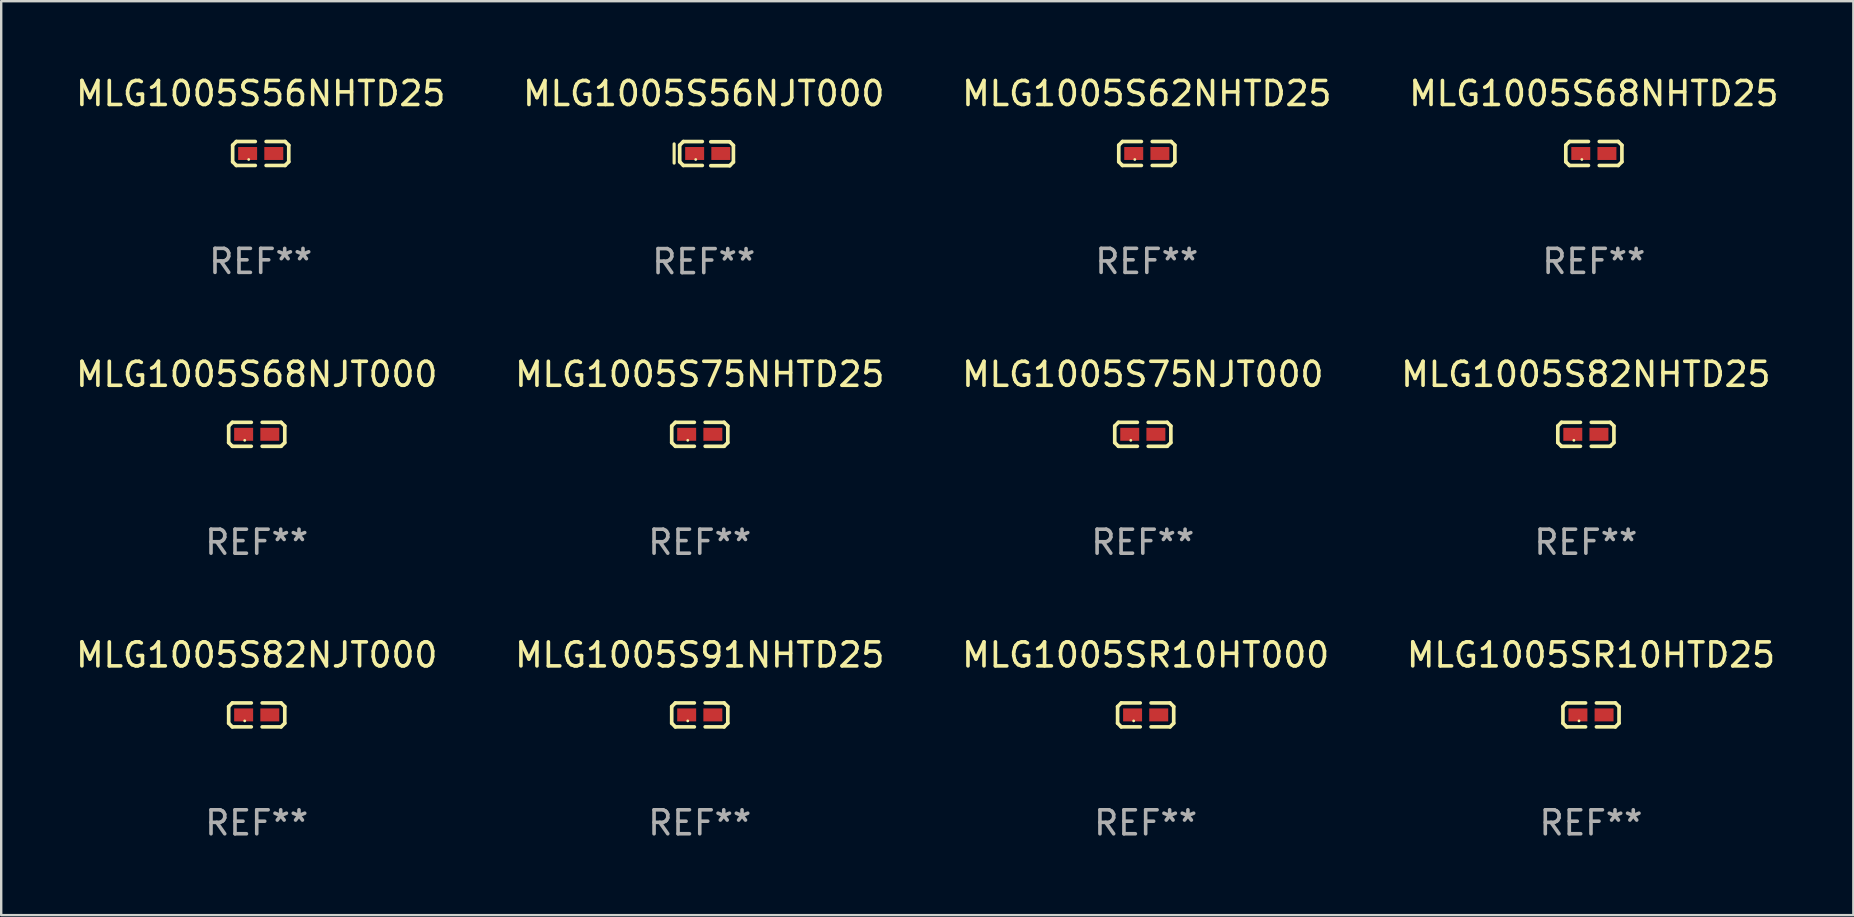
<source format=kicad_pcb>
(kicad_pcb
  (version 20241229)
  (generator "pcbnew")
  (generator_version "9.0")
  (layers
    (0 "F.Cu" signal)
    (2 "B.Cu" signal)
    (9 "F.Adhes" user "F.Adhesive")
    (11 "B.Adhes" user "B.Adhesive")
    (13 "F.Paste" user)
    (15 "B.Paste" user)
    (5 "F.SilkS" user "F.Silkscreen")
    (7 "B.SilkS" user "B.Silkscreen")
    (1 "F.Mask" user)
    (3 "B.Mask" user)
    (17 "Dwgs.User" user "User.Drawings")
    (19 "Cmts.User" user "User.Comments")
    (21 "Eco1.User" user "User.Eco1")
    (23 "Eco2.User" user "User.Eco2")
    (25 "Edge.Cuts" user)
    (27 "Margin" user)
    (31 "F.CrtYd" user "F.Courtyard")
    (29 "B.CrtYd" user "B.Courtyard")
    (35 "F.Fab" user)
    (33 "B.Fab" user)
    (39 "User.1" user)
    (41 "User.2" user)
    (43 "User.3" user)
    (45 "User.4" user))
  (footprint "MLG1005S75NHTD25"
    (layer "F.Cu")
    (at 26.113 15.05)
    (property "Reference" "MLG1005S75NHTD25" (at 0 -2.499 0) (layer "F.SilkS") (effects (font (size 1 1) (thickness 0.15))))
    (attr through_hole)
    (fp_line (start -1.169 -0.346) (end -1.016 -0.499) (stroke (width 0.152) (type solid)) (layer "F.SilkS"))
    (fp_line (start -1.169 0.346) (end -1.169 -0.346) (stroke (width 0.152) (type solid)) (layer "F.SilkS"))
    (fp_line (start -1.016 -0.499) (end -0.226 -0.499) (stroke (width 0.152) (type solid)) (layer "F.SilkS"))
    (fp_line (start -1.016 0.499) (end -1.169 0.346) (stroke (width 0.152) (type solid)) (layer "F.SilkS"))
    (fp_line (start -0.226 0.499) (end -1.016 0.499) (stroke (width 0.152) (type solid)) (layer "F.SilkS"))
    (fp_line (start 0.226 0.499) (end 1.016 0.499) (stroke (width 0.152) (type solid)) (layer "F.SilkS"))
    (fp_line (start 1.016 -0.499) (end 0.226 -0.499) (stroke (width 0.152) (type solid)) (layer "F.SilkS"))
    (fp_line (start 1.016 0.499) (end 1.169 0.346) (stroke (width 0.152) (type solid)) (layer "F.SilkS"))
    (fp_line (start 1.169 -0.346) (end 1.016 -0.499) (stroke (width 0.152) (type solid)) (layer "F.SilkS"))
    (fp_line (start 1.169 0.346) (end 1.169 -0.346) (stroke (width 0.152) (type solid)) (layer "F.SilkS"))
    (fp_circle (center -0.5 0.25) (end -0.47 0.25) (stroke (width 0.06) (type solid)) (fill no) (layer "F.SilkS"))
    (fp_text user "REF**" (at 0 4.499 0) (layer "F.Fab") (effects (font (size 1 1) (thickness 0.15))))
    (pad "1" smd rect (at -0.545 0) (size 0.79 0.54) (layers "F.Cu" "F.Mask" "F.Paste"))
    (pad "2" smd rect (at 0.545 0) (size 0.79 0.54) (layers "F.Cu" "F.Mask" "F.Paste")))
  (footprint "MLG1005S56NHTD25"
    (layer "F.Cu")
    (at 7.815 3.347)
    (property "Reference" "MLG1005S56NHTD25" (at 0 -2.499 0) (layer "F.SilkS") (effects (font (size 1 1) (thickness 0.15))))
    (attr through_hole)
    (fp_line (start -1.169 -0.346) (end -1.016 -0.499) (stroke (width 0.152) (type solid)) (layer "F.SilkS"))
    (fp_line (start -1.169 0.346) (end -1.169 -0.346) (stroke (width 0.152) (type solid)) (layer "F.SilkS"))
    (fp_line (start -1.016 -0.499) (end -0.226 -0.499) (stroke (width 0.152) (type solid)) (layer "F.SilkS"))
    (fp_line (start -1.016 0.499) (end -1.169 0.346) (stroke (width 0.152) (type solid)) (layer "F.SilkS"))
    (fp_line (start -0.226 0.499) (end -1.016 0.499) (stroke (width 0.152) (type solid)) (layer "F.SilkS"))
    (fp_line (start 0.226 0.499) (end 1.016 0.499) (stroke (width 0.152) (type solid)) (layer "F.SilkS"))
    (fp_line (start 1.016 -0.499) (end 0.226 -0.499) (stroke (width 0.152) (type solid)) (layer "F.SilkS"))
    (fp_line (start 1.016 0.499) (end 1.169 0.346) (stroke (width 0.152) (type solid)) (layer "F.SilkS"))
    (fp_line (start 1.169 -0.346) (end 1.016 -0.499) (stroke (width 0.152) (type solid)) (layer "F.SilkS"))
    (fp_line (start 1.169 0.346) (end 1.169 -0.346) (stroke (width 0.152) (type solid)) (layer "F.SilkS"))
    (fp_circle (center -0.5 0.25) (end -0.47 0.25) (stroke (width 0.06) (type solid)) (fill no) (layer "F.SilkS"))
    (fp_text user "REF**" (at 0 4.499 0) (layer "F.Fab") (effects (font (size 1 1) (thickness 0.15))))
    (pad "1" smd rect (at -0.545 0) (size 0.79 0.54) (layers "F.Cu" "F.Mask" "F.Paste"))
    (pad "2" smd rect (at 0.545 0) (size 0.79 0.54) (layers "F.Cu" "F.Mask" "F.Paste")))
  (footprint "MLG1005S82NJT000"
    (layer "F.Cu")
    (at 7.649 26.744)
    (property "Reference" "MLG1005S82NJT000" (at 0 -2.499 0) (layer "F.SilkS") (effects (font (size 1 1) (thickness 0.15))))
    (attr through_hole)
    (fp_line (start -1.169 -0.346) (end -1.016 -0.499) (stroke (width 0.152) (type solid)) (layer "F.SilkS"))
    (fp_line (start -1.169 0.346) (end -1.169 -0.346) (stroke (width 0.152) (type solid)) (layer "F.SilkS"))
    (fp_line (start -1.016 -0.499) (end -0.226 -0.499) (stroke (width 0.152) (type solid)) (layer "F.SilkS"))
    (fp_line (start -1.016 0.499) (end -1.169 0.346) (stroke (width 0.152) (type solid)) (layer "F.SilkS"))
    (fp_line (start -0.226 0.499) (end -1.016 0.499) (stroke (width 0.152) (type solid)) (layer "F.SilkS"))
    (fp_line (start 0.226 0.499) (end 1.016 0.499) (stroke (width 0.152) (type solid)) (layer "F.SilkS"))
    (fp_line (start 1.016 -0.499) (end 0.226 -0.499) (stroke (width 0.152) (type solid)) (layer "F.SilkS"))
    (fp_line (start 1.016 0.499) (end 1.169 0.346) (stroke (width 0.152) (type solid)) (layer "F.SilkS"))
    (fp_line (start 1.169 -0.346) (end 1.016 -0.499) (stroke (width 0.152) (type solid)) (layer "F.SilkS"))
    (fp_line (start 1.169 0.346) (end 1.169 -0.346) (stroke (width 0.152) (type solid)) (layer "F.SilkS"))
    (fp_circle (center -0.5 0.25) (end -0.47 0.25) (stroke (width 0.06) (type solid)) (fill no) (layer "F.SilkS"))
    (fp_text user "REF**" (at 0 4.499 0) (layer "F.Fab") (effects (font (size 1 1) (thickness 0.15))))
    (pad "1" smd rect (at -0.545 0) (size 0.79 0.54) (layers "F.Cu" "F.Mask" "F.Paste"))
    (pad "2" smd rect (at 0.545 0) (size 0.79 0.54) (layers "F.Cu" "F.Mask" "F.Paste")))
  (footprint "MLG1005S82NHTD25"
    (layer "F.Cu")
    (at 63.042 15.05)
    (property "Reference" "MLG1005S82NHTD25" (at 0 -2.499 0) (layer "F.SilkS") (effects (font (size 1 1) (thickness 0.15))))
    (attr through_hole)
    (fp_line (start -1.169 -0.346) (end -1.016 -0.499) (stroke (width 0.152) (type solid)) (layer "F.SilkS"))
    (fp_line (start -1.169 0.346) (end -1.169 -0.346) (stroke (width 0.152) (type solid)) (layer "F.SilkS"))
    (fp_line (start -1.016 -0.499) (end -0.226 -0.499) (stroke (width 0.152) (type solid)) (layer "F.SilkS"))
    (fp_line (start -1.016 0.499) (end -1.169 0.346) (stroke (width 0.152) (type solid)) (layer "F.SilkS"))
    (fp_line (start -0.226 0.499) (end -1.016 0.499) (stroke (width 0.152) (type solid)) (layer "F.SilkS"))
    (fp_line (start 0.226 0.499) (end 1.016 0.499) (stroke (width 0.152) (type solid)) (layer "F.SilkS"))
    (fp_line (start 1.016 -0.499) (end 0.226 -0.499) (stroke (width 0.152) (type solid)) (layer "F.SilkS"))
    (fp_line (start 1.016 0.499) (end 1.169 0.346) (stroke (width 0.152) (type solid)) (layer "F.SilkS"))
    (fp_line (start 1.169 -0.346) (end 1.016 -0.499) (stroke (width 0.152) (type solid)) (layer "F.SilkS"))
    (fp_line (start 1.169 0.346) (end 1.169 -0.346) (stroke (width 0.152) (type solid)) (layer "F.SilkS"))
    (fp_circle (center -0.5 0.25) (end -0.47 0.25) (stroke (width 0.06) (type solid)) (fill no) (layer "F.SilkS"))
    (fp_text user "REF**" (at 0 4.499 0) (layer "F.Fab") (effects (font (size 1 1) (thickness 0.15))))
    (pad "1" smd rect (at -0.545 0) (size 0.79 0.54) (layers "F.Cu" "F.Mask" "F.Paste"))
    (pad "2" smd rect (at 0.545 0) (size 0.79 0.54) (layers "F.Cu" "F.Mask" "F.Paste")))
  (footprint "MLG1005S62NHTD25"
    (layer "F.Cu")
    (at 44.744 3.347)
    (property "Reference" "MLG1005S62NHTD25" (at 0 -2.499 0) (layer "F.SilkS") (effects (font (size 1 1) (thickness 0.15))))
    (attr through_hole)
    (fp_line (start -1.169 -0.346) (end -1.016 -0.499) (stroke (width 0.152) (type solid)) (layer "F.SilkS"))
    (fp_line (start -1.169 0.346) (end -1.169 -0.346) (stroke (width 0.152) (type solid)) (layer "F.SilkS"))
    (fp_line (start -1.016 -0.499) (end -0.226 -0.499) (stroke (width 0.152) (type solid)) (layer "F.SilkS"))
    (fp_line (start -1.016 0.499) (end -1.169 0.346) (stroke (width 0.152) (type solid)) (layer "F.SilkS"))
    (fp_line (start -0.226 0.499) (end -1.016 0.499) (stroke (width 0.152) (type solid)) (layer "F.SilkS"))
    (fp_line (start 0.226 0.499) (end 1.016 0.499) (stroke (width 0.152) (type solid)) (layer "F.SilkS"))
    (fp_line (start 1.016 -0.499) (end 0.226 -0.499) (stroke (width 0.152) (type solid)) (layer "F.SilkS"))
    (fp_line (start 1.016 0.499) (end 1.169 0.346) (stroke (width 0.152) (type solid)) (layer "F.SilkS"))
    (fp_line (start 1.169 -0.346) (end 1.016 -0.499) (stroke (width 0.152) (type solid)) (layer "F.SilkS"))
    (fp_line (start 1.169 0.346) (end 1.169 -0.346) (stroke (width 0.152) (type solid)) (layer "F.SilkS"))
    (fp_circle (center -0.5 0.25) (end -0.47 0.25) (stroke (width 0.06) (type solid)) (fill no) (layer "F.SilkS"))
    (fp_text user "REF**" (at 0 4.499 0) (layer "F.Fab") (effects (font (size 1 1) (thickness 0.15))))
    (pad "1" smd rect (at -0.545 0) (size 0.79 0.54) (layers "F.Cu" "F.Mask" "F.Paste"))
    (pad "2" smd rect (at 0.545 0) (size 0.79 0.54) (layers "F.Cu" "F.Mask" "F.Paste")))
  (footprint "MLG1005S56NJT000"
    (layer "F.Cu")
    (at 26.28 3.352)
    (property "Reference" "MLG1005S56NJT000" (at 0 -2.503 0) (layer "F.SilkS") (effects (font (size 1 1) (thickness 0.15))))
    (attr through_hole)
    (fp_line (start -1.235 -0.405) (end -1.235 0.395) (stroke (width 0.13) (type solid)) (layer "F.SilkS"))
    (fp_line (start -1.003 -0.351) (end -0.851 -0.503) (stroke (width 0.152) (type solid)) (layer "F.SilkS"))
    (fp_line (start -1.003 0.341) (end -1.003 -0.351) (stroke (width 0.152) (type solid)) (layer "F.SilkS"))
    (fp_line (start -0.851 -0.503) (end -0.061 -0.503) (stroke (width 0.152) (type solid)) (layer "F.SilkS"))
    (fp_line (start -0.851 0.494) (end -1.003 0.341) (stroke (width 0.152) (type solid)) (layer "F.SilkS"))
    (fp_line (start -0.061 0.494) (end -0.851 0.494) (stroke (width 0.152) (type solid)) (layer "F.SilkS"))
    (fp_line (start 0.292 0.503) (end 1.082 0.503) (stroke (width 0.152) (type solid)) (layer "F.SilkS"))
    (fp_line (start 1.082 -0.494) (end 0.292 -0.494) (stroke (width 0.152) (type solid)) (layer "F.SilkS"))
    (fp_line (start 1.082 0.503) (end 1.235 0.351) (stroke (width 0.152) (type solid)) (layer "F.SilkS"))
    (fp_line (start 1.235 -0.341) (end 1.082 -0.494) (stroke (width 0.152) (type solid)) (layer "F.SilkS"))
    (fp_line (start 1.235 0.351) (end 1.235 -0.341) (stroke (width 0.152) (type solid)) (layer "F.SilkS"))
    (fp_circle (center -0.335 0.245) (end -0.305 0.245) (stroke (width 0.06) (type solid)) (fill no) (layer "F.SilkS"))
    (fp_text user "REF**" (at 0 4.503 0) (layer "F.Fab") (effects (font (size 1 1) (thickness 0.15))))
    (pad "1" smd rect (at -0.38 -0.005) (size 0.79 0.54) (layers "F.Cu" "F.Mask" "F.Paste"))
    (pad "2" smd rect (at 0.71 -0.005) (size 0.79 0.54) (layers "F.Cu" "F.Mask" "F.Paste")))
  (footprint "MLG1005S91NHTD25"
    (layer "F.Cu")
    (at 26.113 26.744)
    (property "Reference" "MLG1005S91NHTD25" (at 0 -2.499 0) (layer "F.SilkS") (effects (font (size 1 1) (thickness 0.15))))
    (attr through_hole)
    (fp_line (start -1.169 -0.346) (end -1.016 -0.499) (stroke (width 0.152) (type solid)) (layer "F.SilkS"))
    (fp_line (start -1.169 0.346) (end -1.169 -0.346) (stroke (width 0.152) (type solid)) (layer "F.SilkS"))
    (fp_line (start -1.016 -0.499) (end -0.226 -0.499) (stroke (width 0.152) (type solid)) (layer "F.SilkS"))
    (fp_line (start -1.016 0.499) (end -1.169 0.346) (stroke (width 0.152) (type solid)) (layer "F.SilkS"))
    (fp_line (start -0.226 0.499) (end -1.016 0.499) (stroke (width 0.152) (type solid)) (layer "F.SilkS"))
    (fp_line (start 0.226 0.499) (end 1.016 0.499) (stroke (width 0.152) (type solid)) (layer "F.SilkS"))
    (fp_line (start 1.016 -0.499) (end 0.226 -0.499) (stroke (width 0.152) (type solid)) (layer "F.SilkS"))
    (fp_line (start 1.016 0.499) (end 1.169 0.346) (stroke (width 0.152) (type solid)) (layer "F.SilkS"))
    (fp_line (start 1.169 -0.346) (end 1.016 -0.499) (stroke (width 0.152) (type solid)) (layer "F.SilkS"))
    (fp_line (start 1.169 0.346) (end 1.169 -0.346) (stroke (width 0.152) (type solid)) (layer "F.SilkS"))
    (fp_circle (center -0.5 0.25) (end -0.47 0.25) (stroke (width 0.06) (type solid)) (fill no) (layer "F.SilkS"))
    (fp_text user "REF**" (at 0 4.499 0) (layer "F.Fab") (effects (font (size 1 1) (thickness 0.15))))
    (pad "1" smd rect (at -0.545 0) (size 0.79 0.54) (layers "F.Cu" "F.Mask" "F.Paste"))
    (pad "2" smd rect (at 0.545 0) (size 0.79 0.54) (layers "F.Cu" "F.Mask" "F.Paste")))
  (footprint "MLG1005SR10HTD25"
    (layer "F.Cu")
    (at 63.256 26.744)
    (property "Reference" "MLG1005SR10HTD25" (at 0 -2.499 0) (layer "F.SilkS") (effects (font (size 1 1) (thickness 0.15))))
    (attr through_hole)
    (fp_line (start -1.169 -0.346) (end -1.016 -0.499) (stroke (width 0.152) (type solid)) (layer "F.SilkS"))
    (fp_line (start -1.169 0.346) (end -1.169 -0.346) (stroke (width 0.152) (type solid)) (layer "F.SilkS"))
    (fp_line (start -1.016 -0.499) (end -0.226 -0.499) (stroke (width 0.152) (type solid)) (layer "F.SilkS"))
    (fp_line (start -1.016 0.499) (end -1.169 0.346) (stroke (width 0.152) (type solid)) (layer "F.SilkS"))
    (fp_line (start -0.226 0.499) (end -1.016 0.499) (stroke (width 0.152) (type solid)) (layer "F.SilkS"))
    (fp_line (start 0.226 0.499) (end 1.016 0.499) (stroke (width 0.152) (type solid)) (layer "F.SilkS"))
    (fp_line (start 1.016 -0.499) (end 0.226 -0.499) (stroke (width 0.152) (type solid)) (layer "F.SilkS"))
    (fp_line (start 1.016 0.499) (end 1.169 0.346) (stroke (width 0.152) (type solid)) (layer "F.SilkS"))
    (fp_line (start 1.169 -0.346) (end 1.016 -0.499) (stroke (width 0.152) (type solid)) (layer "F.SilkS"))
    (fp_line (start 1.169 0.346) (end 1.169 -0.346) (stroke (width 0.152) (type solid)) (layer "F.SilkS"))
    (fp_circle (center -0.5 0.25) (end -0.47 0.25) (stroke (width 0.06) (type solid)) (fill no) (layer "F.SilkS"))
    (fp_text user "REF**" (at 0 4.499 0) (layer "F.Fab") (effects (font (size 1 1) (thickness 0.15))))
    (pad "1" smd rect (at -0.545 0) (size 0.79 0.54) (layers "F.Cu" "F.Mask" "F.Paste"))
    (pad "2" smd rect (at 0.545 0) (size 0.79 0.54) (layers "F.Cu" "F.Mask" "F.Paste")))
  (footprint "MLG1005SR10HT000"
    (layer "F.Cu")
    (at 44.696 26.744)
    (property "Reference" "MLG1005SR10HT000" (at 0 -2.499 0) (layer "F.SilkS") (effects (font (size 1 1) (thickness 0.15))))
    (attr through_hole)
    (fp_line (start -1.169 -0.346) (end -1.016 -0.499) (stroke (width 0.152) (type solid)) (layer "F.SilkS"))
    (fp_line (start -1.169 0.346) (end -1.169 -0.346) (stroke (width 0.152) (type solid)) (layer "F.SilkS"))
    (fp_line (start -1.016 -0.499) (end -0.226 -0.499) (stroke (width 0.152) (type solid)) (layer "F.SilkS"))
    (fp_line (start -1.016 0.499) (end -1.169 0.346) (stroke (width 0.152) (type solid)) (layer "F.SilkS"))
    (fp_line (start -0.226 0.499) (end -1.016 0.499) (stroke (width 0.152) (type solid)) (layer "F.SilkS"))
    (fp_line (start 0.226 0.499) (end 1.016 0.499) (stroke (width 0.152) (type solid)) (layer "F.SilkS"))
    (fp_line (start 1.016 -0.499) (end 0.226 -0.499) (stroke (width 0.152) (type solid)) (layer "F.SilkS"))
    (fp_line (start 1.016 0.499) (end 1.169 0.346) (stroke (width 0.152) (type solid)) (layer "F.SilkS"))
    (fp_line (start 1.169 -0.346) (end 1.016 -0.499) (stroke (width 0.152) (type solid)) (layer "F.SilkS"))
    (fp_line (start 1.169 0.346) (end 1.169 -0.346) (stroke (width 0.152) (type solid)) (layer "F.SilkS"))
    (fp_circle (center -0.5 0.25) (end -0.47 0.25) (stroke (width 0.06) (type solid)) (fill no) (layer "F.SilkS"))
    (fp_text user "REF**" (at 0 4.499 0) (layer "F.Fab") (effects (font (size 1 1) (thickness 0.15))))
    (pad "1" smd rect (at -0.545 0) (size 0.79 0.54) (layers "F.Cu" "F.Mask" "F.Paste"))
    (pad "2" smd rect (at 0.545 0) (size 0.79 0.54) (layers "F.Cu" "F.Mask" "F.Paste")))
  (footprint "MLG1005S68NHTD25"
    (layer "F.Cu")
    (at 63.375 3.347)
    (property "Reference" "MLG1005S68NHTD25" (at 0 -2.499 0) (layer "F.SilkS") (effects (font (size 1 1) (thickness 0.15))))
    (attr through_hole)
    (fp_line (start -1.169 -0.346) (end -1.016 -0.499) (stroke (width 0.152) (type solid)) (layer "F.SilkS"))
    (fp_line (start -1.169 0.346) (end -1.169 -0.346) (stroke (width 0.152) (type solid)) (layer "F.SilkS"))
    (fp_line (start -1.016 -0.499) (end -0.226 -0.499) (stroke (width 0.152) (type solid)) (layer "F.SilkS"))
    (fp_line (start -1.016 0.499) (end -1.169 0.346) (stroke (width 0.152) (type solid)) (layer "F.SilkS"))
    (fp_line (start -0.226 0.499) (end -1.016 0.499) (stroke (width 0.152) (type solid)) (layer "F.SilkS"))
    (fp_line (start 0.226 0.499) (end 1.016 0.499) (stroke (width 0.152) (type solid)) (layer "F.SilkS"))
    (fp_line (start 1.016 -0.499) (end 0.226 -0.499) (stroke (width 0.152) (type solid)) (layer "F.SilkS"))
    (fp_line (start 1.016 0.499) (end 1.169 0.346) (stroke (width 0.152) (type solid)) (layer "F.SilkS"))
    (fp_line (start 1.169 -0.346) (end 1.016 -0.499) (stroke (width 0.152) (type solid)) (layer "F.SilkS"))
    (fp_line (start 1.169 0.346) (end 1.169 -0.346) (stroke (width 0.152) (type solid)) (layer "F.SilkS"))
    (fp_circle (center -0.5 0.25) (end -0.47 0.25) (stroke (width 0.06) (type solid)) (fill no) (layer "F.SilkS"))
    (fp_text user "REF**" (at 0 4.499 0) (layer "F.Fab") (effects (font (size 1 1) (thickness 0.15))))
    (pad "1" smd rect (at -0.545 0) (size 0.79 0.54) (layers "F.Cu" "F.Mask" "F.Paste"))
    (pad "2" smd rect (at 0.545 0) (size 0.79 0.54) (layers "F.Cu" "F.Mask" "F.Paste")))
  (footprint "MLG1005S68NJT000"
    (layer "F.Cu")
    (at 7.649 15.05)
    (property "Reference" "MLG1005S68NJT000" (at 0 -2.499 0) (layer "F.SilkS") (effects (font (size 1 1) (thickness 0.15))))
    (attr through_hole)
    (fp_line (start -1.169 -0.346) (end -1.016 -0.499) (stroke (width 0.152) (type solid)) (layer "F.SilkS"))
    (fp_line (start -1.169 0.346) (end -1.169 -0.346) (stroke (width 0.152) (type solid)) (layer "F.SilkS"))
    (fp_line (start -1.016 -0.499) (end -0.226 -0.499) (stroke (width 0.152) (type solid)) (layer "F.SilkS"))
    (fp_line (start -1.016 0.499) (end -1.169 0.346) (stroke (width 0.152) (type solid)) (layer "F.SilkS"))
    (fp_line (start -0.226 0.499) (end -1.016 0.499) (stroke (width 0.152) (type solid)) (layer "F.SilkS"))
    (fp_line (start 0.226 0.499) (end 1.016 0.499) (stroke (width 0.152) (type solid)) (layer "F.SilkS"))
    (fp_line (start 1.016 -0.499) (end 0.226 -0.499) (stroke (width 0.152) (type solid)) (layer "F.SilkS"))
    (fp_line (start 1.016 0.499) (end 1.169 0.346) (stroke (width 0.152) (type solid)) (layer "F.SilkS"))
    (fp_line (start 1.169 -0.346) (end 1.016 -0.499) (stroke (width 0.152) (type solid)) (layer "F.SilkS"))
    (fp_line (start 1.169 0.346) (end 1.169 -0.346) (stroke (width 0.152) (type solid)) (layer "F.SilkS"))
    (fp_circle (center -0.5 0.25) (end -0.47 0.25) (stroke (width 0.06) (type solid)) (fill no) (layer "F.SilkS"))
    (fp_text user "REF**" (at 0 4.499 0) (layer "F.Fab") (effects (font (size 1 1) (thickness 0.15))))
    (pad "1" smd rect (at -0.545 0) (size 0.79 0.54) (layers "F.Cu" "F.Mask" "F.Paste"))
    (pad "2" smd rect (at 0.545 0) (size 0.79 0.54) (layers "F.Cu" "F.Mask" "F.Paste")))
  (footprint "MLG1005S75NJT000"
    (layer "F.Cu")
    (at 44.577 15.05)
    (property "Reference" "MLG1005S75NJT000" (at 0 -2.499 0) (layer "F.SilkS") (effects (font (size 1 1) (thickness 0.15))))
    (attr through_hole)
    (fp_line (start -1.169 -0.346) (end -1.016 -0.499) (stroke (width 0.152) (type solid)) (layer "F.SilkS"))
    (fp_line (start -1.169 0.346) (end -1.169 -0.346) (stroke (width 0.152) (type solid)) (layer "F.SilkS"))
    (fp_line (start -1.016 -0.499) (end -0.226 -0.499) (stroke (width 0.152) (type solid)) (layer "F.SilkS"))
    (fp_line (start -1.016 0.499) (end -1.169 0.346) (stroke (width 0.152) (type solid)) (layer "F.SilkS"))
    (fp_line (start -0.226 0.499) (end -1.016 0.499) (stroke (width 0.152) (type solid)) (layer "F.SilkS"))
    (fp_line (start 0.226 0.499) (end 1.016 0.499) (stroke (width 0.152) (type solid)) (layer "F.SilkS"))
    (fp_line (start 1.016 -0.499) (end 0.226 -0.499) (stroke (width 0.152) (type solid)) (layer "F.SilkS"))
    (fp_line (start 1.016 0.499) (end 1.169 0.346) (stroke (width 0.152) (type solid)) (layer "F.SilkS"))
    (fp_line (start 1.169 -0.346) (end 1.016 -0.499) (stroke (width 0.152) (type solid)) (layer "F.SilkS"))
    (fp_line (start 1.169 0.346) (end 1.169 -0.346) (stroke (width 0.152) (type solid)) (layer "F.SilkS"))
    (fp_circle (center -0.5 0.25) (end -0.47 0.25) (stroke (width 0.06) (type solid)) (fill no) (layer "F.SilkS"))
    (fp_text user "REF**" (at 0 4.499 0) (layer "F.Fab") (effects (font (size 1 1) (thickness 0.15))))
    (pad "1" smd rect (at -0.545 0) (size 0.79 0.54) (layers "F.Cu" "F.Mask" "F.Paste"))
    (pad "2" smd rect (at 0.545 0) (size 0.79 0.54) (layers "F.Cu" "F.Mask" "F.Paste")))
  (gr_rect
    (start -3 -3)
    (end 74.19 35.09)
    (stroke (width 0.1) (type default))
    (fill no)
    (layer "Edge.Cuts")))
</source>
